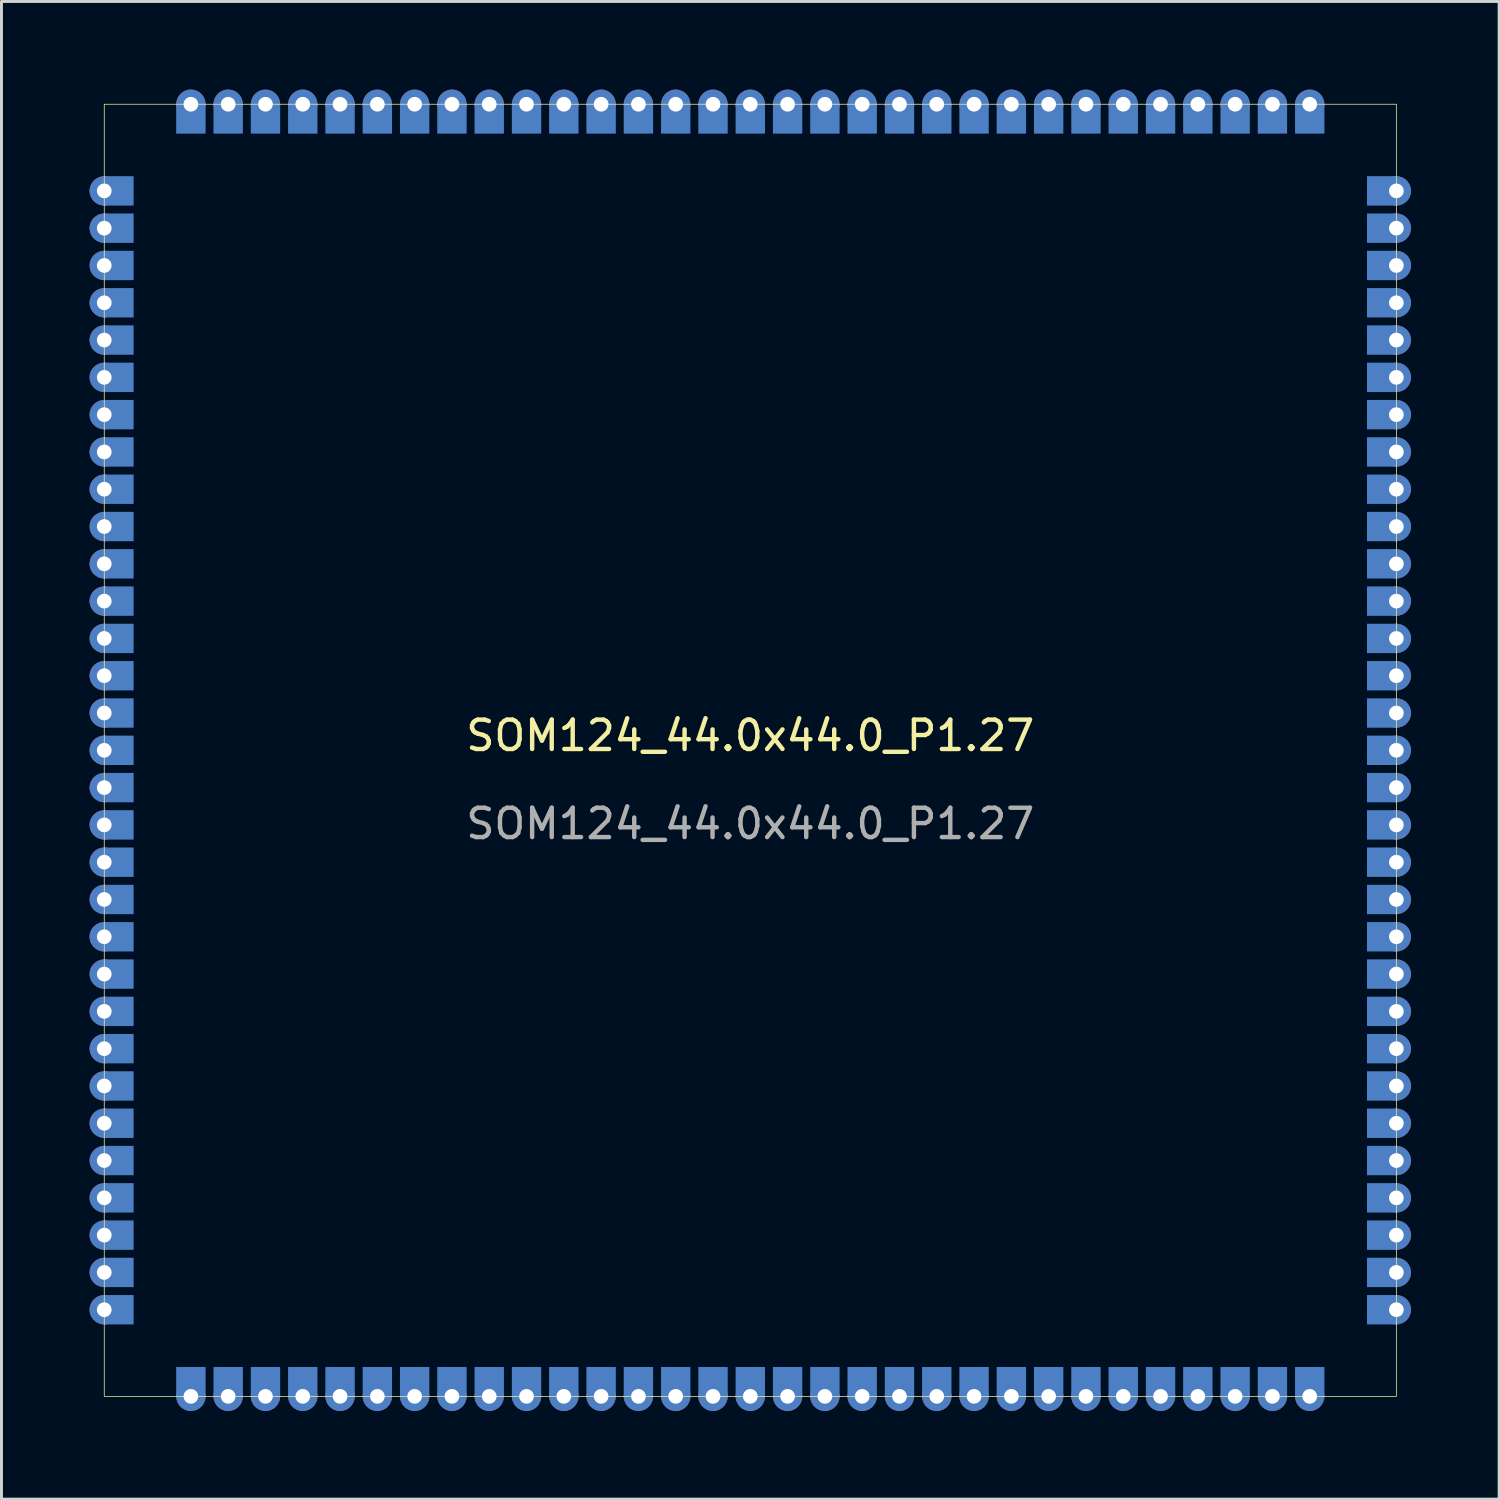
<source format=kicad_pcb>
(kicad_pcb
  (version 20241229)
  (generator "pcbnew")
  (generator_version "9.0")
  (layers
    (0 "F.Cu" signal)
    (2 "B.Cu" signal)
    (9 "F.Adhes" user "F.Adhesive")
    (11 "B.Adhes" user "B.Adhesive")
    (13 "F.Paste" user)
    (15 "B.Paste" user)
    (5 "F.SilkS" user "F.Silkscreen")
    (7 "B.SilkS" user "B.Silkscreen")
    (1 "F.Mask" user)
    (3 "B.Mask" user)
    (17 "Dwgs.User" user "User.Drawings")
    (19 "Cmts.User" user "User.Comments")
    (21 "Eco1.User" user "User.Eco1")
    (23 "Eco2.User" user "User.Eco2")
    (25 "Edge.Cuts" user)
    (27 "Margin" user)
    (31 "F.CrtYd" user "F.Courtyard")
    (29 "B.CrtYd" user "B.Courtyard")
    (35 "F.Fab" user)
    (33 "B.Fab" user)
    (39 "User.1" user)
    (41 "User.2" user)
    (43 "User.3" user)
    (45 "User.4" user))
  (footprint "SOM124_44.0x44.0_P1.27"
    (layer "F.Cu")
    (at 22.5 22.5)
    (property "Reference" "SOM124_44.0x44.0_P1.27" (at 0 -0.5 0) (unlocked yes) (layer "F.SilkS") (effects (font (size 1 1) (thickness 0.15))))
    (attr smd)
    (fp_rect (start -22 -22) (end 22 22) (stroke (width 0.025) (type solid)) (fill no) (layer "F.SilkS"))
    (fp_text user "${REFERENCE}" (at 0 2.5 0) (unlocked yes) (layer "F.Fab") (effects (font (size 1 1) (thickness 0.15))))
    (pad "1" thru_hole circle (at -22 -19.05) (size 1 1) (drill 0.5) (layers "*.Cu" "*.Mask"))
    (pad "1" smd rect (at -21.5 -19.05) (size 1 1) (layers "B.Cu" "B.Mask"))
    (pad "2" thru_hole circle (at -22 -17.78) (size 1 1) (drill 0.5) (layers "*.Cu" "*.Mask"))
    (pad "2" smd rect (at -21.5 -17.78) (size 1 1) (layers "B.Cu" "B.Mask"))
    (pad "3" thru_hole circle (at -22 -16.51) (size 1 1) (drill 0.5) (layers "*.Cu" "*.Mask"))
    (pad "3" smd rect (at -21.5 -16.51) (size 1 1) (layers "B.Cu" "B.Mask"))
    (pad "4" thru_hole circle (at -22 -15.24) (size 1 1) (drill 0.5) (layers "*.Cu" "*.Mask"))
    (pad "4" smd rect (at -21.5 -15.24) (size 1 1) (layers "B.Cu" "B.Mask"))
    (pad "5" thru_hole circle (at -22 -13.97) (size 1 1) (drill 0.5) (layers "*.Cu" "*.Mask"))
    (pad "5" smd rect (at -21.5 -13.97) (size 1 1) (layers "B.Cu" "B.Mask"))
    (pad "6" thru_hole circle (at -22 -12.7) (size 1 1) (drill 0.5) (layers "*.Cu" "*.Mask"))
    (pad "6" smd rect (at -21.5 -12.7) (size 1 1) (layers "B.Cu" "B.Mask"))
    (pad "7" thru_hole circle (at -22 -11.43) (size 1 1) (drill 0.5) (layers "*.Cu" "*.Mask"))
    (pad "7" smd rect (at -21.5 -11.43) (size 1 1) (layers "B.Cu" "B.Mask"))
    (pad "8" thru_hole circle (at -22 -10.16) (size 1 1) (drill 0.5) (layers "*.Cu" "*.Mask"))
    (pad "8" smd rect (at -21.5 -10.16) (size 1 1) (layers "B.Cu" "B.Mask"))
    (pad "9" thru_hole circle (at -22 -8.89) (size 1 1) (drill 0.5) (layers "*.Cu" "*.Mask"))
    (pad "9" smd rect (at -21.5 -8.89) (size 1 1) (layers "B.Cu" "B.Mask"))
    (pad "10" thru_hole circle (at -22 -7.62) (size 1 1) (drill 0.5) (layers "*.Cu" "*.Mask"))
    (pad "10" smd rect (at -21.5 -7.62) (size 1 1) (layers "B.Cu" "B.Mask"))
    (pad "11" thru_hole circle (at -22 -6.35) (size 1 1) (drill 0.5) (layers "*.Cu" "*.Mask"))
    (pad "11" smd rect (at -21.5 -6.35) (size 1 1) (layers "B.Cu" "B.Mask"))
    (pad "12" thru_hole circle (at -22 -5.08) (size 1 1) (drill 0.5) (layers "*.Cu" "*.Mask"))
    (pad "12" smd rect (at -21.5 -5.08) (size 1 1) (layers "B.Cu" "B.Mask"))
    (pad "13" thru_hole circle (at -22 -3.81) (size 1 1) (drill 0.5) (layers "*.Cu" "*.Mask"))
    (pad "13" smd rect (at -21.5 -3.81) (size 1 1) (layers "B.Cu" "B.Mask"))
    (pad "14" thru_hole circle (at -22 -2.54) (size 1 1) (drill 0.5) (layers "*.Cu" "*.Mask"))
    (pad "14" smd rect (at -21.5 -2.54) (size 1 1) (layers "B.Cu" "B.Mask"))
    (pad "15" thru_hole circle (at -22 -1.27) (size 1 1) (drill 0.5) (layers "*.Cu" "*.Mask"))
    (pad "15" smd rect (at -21.5 -1.27) (size 1 1) (layers "B.Cu" "B.Mask"))
    (pad "16" thru_hole circle (at -22 0) (size 1 1) (drill 0.5) (layers "*.Cu" "*.Mask"))
    (pad "16" smd rect (at -21.5 0) (size 1 1) (layers "B.Cu" "B.Mask"))
    (pad "17" thru_hole circle (at -22 1.27) (size 1 1) (drill 0.5) (layers "*.Cu" "*.Mask"))
    (pad "17" smd rect (at -21.5 1.27) (size 1 1) (layers "B.Cu" "B.Mask"))
    (pad "18" thru_hole circle (at -22 2.54) (size 1 1) (drill 0.5) (layers "*.Cu" "*.Mask"))
    (pad "18" smd rect (at -21.5 2.54) (size 1 1) (layers "B.Cu" "B.Mask"))
    (pad "19" thru_hole circle (at -22 3.81) (size 1 1) (drill 0.5) (layers "*.Cu" "*.Mask"))
    (pad "19" smd rect (at -21.5 3.81) (size 1 1) (layers "B.Cu" "B.Mask"))
    (pad "20" thru_hole circle (at -22 5.08) (size 1 1) (drill 0.5) (layers "*.Cu" "*.Mask"))
    (pad "20" smd rect (at -21.5 5.08) (size 1 1) (layers "B.Cu" "B.Mask"))
    (pad "21" thru_hole circle (at -22 6.35) (size 1 1) (drill 0.5) (layers "*.Cu" "*.Mask"))
    (pad "21" smd rect (at -21.5 6.35) (size 1 1) (layers "B.Cu" "B.Mask"))
    (pad "22" thru_hole circle (at -22 7.62) (size 1 1) (drill 0.5) (layers "*.Cu" "*.Mask"))
    (pad "22" smd rect (at -21.5 7.62) (size 1 1) (layers "B.Cu" "B.Mask"))
    (pad "23" thru_hole circle (at -22 8.89) (size 1 1) (drill 0.5) (layers "*.Cu" "*.Mask"))
    (pad "23" smd rect (at -21.5 8.89) (size 1 1) (layers "B.Cu" "B.Mask"))
    (pad "24" thru_hole circle (at -22 10.16) (size 1 1) (drill 0.5) (layers "*.Cu" "*.Mask"))
    (pad "24" smd rect (at -21.5 10.16) (size 1 1) (layers "B.Cu" "B.Mask"))
    (pad "25" thru_hole circle (at -22 11.43) (size 1 1) (drill 0.5) (layers "*.Cu" "*.Mask"))
    (pad "25" smd rect (at -21.5 11.43) (size 1 1) (layers "B.Cu" "B.Mask"))
    (pad "26" thru_hole circle (at -22 12.7) (size 1 1) (drill 0.5) (layers "*.Cu" "*.Mask"))
    (pad "26" smd rect (at -21.5 12.7) (size 1 1) (layers "B.Cu" "B.Mask"))
    (pad "27" thru_hole circle (at -22 13.97) (size 1 1) (drill 0.5) (layers "*.Cu" "*.Mask"))
    (pad "27" smd rect (at -21.5 13.97) (size 1 1) (layers "B.Cu" "B.Mask"))
    (pad "28" thru_hole circle (at -22 15.24) (size 1 1) (drill 0.5) (layers "*.Cu" "*.Mask"))
    (pad "28" smd rect (at -21.5 15.24) (size 1 1) (layers "B.Cu" "B.Mask"))
    (pad "29" thru_hole circle (at -22 16.51) (size 1 1) (drill 0.5) (layers "*.Cu" "*.Mask"))
    (pad "29" smd rect (at -21.5 16.51) (size 1 1) (layers "B.Cu" "B.Mask"))
    (pad "30" thru_hole circle (at -22 17.78) (size 1 1) (drill 0.5) (layers "*.Cu" "*.Mask"))
    (pad "30" smd rect (at -21.5 17.78) (size 1 1) (layers "B.Cu" "B.Mask"))
    (pad "31" thru_hole circle (at -22 19.05) (size 1 1) (drill 0.5) (layers "*.Cu" "*.Mask"))
    (pad "31" smd rect (at -21.5 19.05) (size 1 1) (layers "B.Cu" "B.Mask"))
    (pad "32" smd rect (at -19.05 21.5) (size 1 1) (layers "B.Cu" "B.Mask"))
    (pad "32" thru_hole circle (at -19.05 22 90) (size 1 1) (drill 0.5) (layers "*.Cu" "*.Mask"))
    (pad "33" smd rect (at -17.78 21.5) (size 1 1) (layers "B.Cu" "B.Mask"))
    (pad "33" thru_hole circle (at -17.78 22 90) (size 1 1) (drill 0.5) (layers "*.Cu" "*.Mask"))
    (pad "34" smd rect (at -16.51 21.5) (size 1 1) (layers "B.Cu" "B.Mask"))
    (pad "34" thru_hole circle (at -16.51 22 90) (size 1 1) (drill 0.5) (layers "*.Cu" "*.Mask"))
    (pad "35" smd rect (at -15.24 21.5) (size 1 1) (layers "B.Cu" "B.Mask"))
    (pad "35" thru_hole circle (at -15.24 22 90) (size 1 1) (drill 0.5) (layers "*.Cu" "*.Mask"))
    (pad "36" smd rect (at -13.97 21.5) (size 1 1) (layers "B.Cu" "B.Mask"))
    (pad "36" thru_hole circle (at -13.97 22 90) (size 1 1) (drill 0.5) (layers "*.Cu" "*.Mask"))
    (pad "37" smd rect (at -12.7 21.5) (size 1 1) (layers "B.Cu" "B.Mask"))
    (pad "37" thru_hole circle (at -12.7 22 90) (size 1 1) (drill 0.5) (layers "*.Cu" "*.Mask"))
    (pad "38" smd rect (at -11.43 21.5) (size 1 1) (layers "B.Cu" "B.Mask"))
    (pad "38" thru_hole circle (at -11.43 22 90) (size 1 1) (drill 0.5) (layers "*.Cu" "*.Mask"))
    (pad "39" smd rect (at -10.16 21.5) (size 1 1) (layers "B.Cu" "B.Mask"))
    (pad "39" thru_hole circle (at -10.16 22 90) (size 1 1) (drill 0.5) (layers "*.Cu" "*.Mask"))
    (pad "40" smd rect (at -8.89 21.5) (size 1 1) (layers "B.Cu" "B.Mask"))
    (pad "40" thru_hole circle (at -8.89 22 90) (size 1 1) (drill 0.5) (layers "*.Cu" "*.Mask"))
    (pad "41" smd rect (at -7.62 21.5) (size 1 1) (layers "B.Cu" "B.Mask"))
    (pad "41" thru_hole circle (at -7.62 22 90) (size 1 1) (drill 0.5) (layers "*.Cu" "*.Mask"))
    (pad "42" smd rect (at -6.35 21.5) (size 1 1) (layers "B.Cu" "B.Mask"))
    (pad "42" thru_hole circle (at -6.35 22 90) (size 1 1) (drill 0.5) (layers "*.Cu" "*.Mask"))
    (pad "43" smd rect (at -5.08 21.5) (size 1 1) (layers "B.Cu" "B.Mask"))
    (pad "43" thru_hole circle (at -5.08 22 90) (size 1 1) (drill 0.5) (layers "*.Cu" "*.Mask"))
    (pad "44" smd rect (at -3.81 21.5) (size 1 1) (layers "B.Cu" "B.Mask"))
    (pad "44" thru_hole circle (at -3.81 22 90) (size 1 1) (drill 0.5) (layers "*.Cu" "*.Mask"))
    (pad "45" smd rect (at -2.54 21.5) (size 1 1) (layers "B.Cu" "B.Mask"))
    (pad "45" thru_hole circle (at -2.54 22 90) (size 1 1) (drill 0.5) (layers "*.Cu" "*.Mask"))
    (pad "46" smd rect (at -1.27 21.5) (size 1 1) (layers "B.Cu" "B.Mask"))
    (pad "46" thru_hole circle (at -1.27 22 90) (size 1 1) (drill 0.5) (layers "*.Cu" "*.Mask"))
    (pad "47" smd rect (at 0 21.5) (size 1 1) (layers "B.Cu" "B.Mask"))
    (pad "47" thru_hole circle (at 0 22 90) (size 1 1) (drill 0.5) (layers "*.Cu" "*.Mask"))
    (pad "48" smd rect (at 1.27 21.5) (size 1 1) (layers "B.Cu" "B.Mask"))
    (pad "48" thru_hole circle (at 1.27 22 90) (size 1 1) (drill 0.5) (layers "*.Cu" "*.Mask"))
    (pad "49" smd rect (at 2.54 21.5) (size 1 1) (layers "B.Cu" "B.Mask"))
    (pad "49" thru_hole circle (at 2.54 22 90) (size 1 1) (drill 0.5) (layers "*.Cu" "*.Mask"))
    (pad "50" smd rect (at 3.81 21.5) (size 1 1) (layers "B.Cu" "B.Mask"))
    (pad "50" thru_hole circle (at 3.81 22 90) (size 1 1) (drill 0.5) (layers "*.Cu" "*.Mask"))
    (pad "51" smd rect (at 5.08 21.5) (size 1 1) (layers "B.Cu" "B.Mask"))
    (pad "51" thru_hole circle (at 5.08 22 90) (size 1 1) (drill 0.5) (layers "*.Cu" "*.Mask"))
    (pad "52" smd rect (at 6.35 21.5) (size 1 1) (layers "B.Cu" "B.Mask"))
    (pad "52" thru_hole circle (at 6.35 22 90) (size 1 1) (drill 0.5) (layers "*.Cu" "*.Mask"))
    (pad "53" smd rect (at 7.62 21.5) (size 1 1) (layers "B.Cu" "B.Mask"))
    (pad "53" thru_hole circle (at 7.62 22 90) (size 1 1) (drill 0.5) (layers "*.Cu" "*.Mask"))
    (pad "54" smd rect (at 8.89 21.5) (size 1 1) (layers "B.Cu" "B.Mask"))
    (pad "54" thru_hole circle (at 8.89 22 90) (size 1 1) (drill 0.5) (layers "*.Cu" "*.Mask"))
    (pad "55" smd rect (at 10.16 21.5) (size 1 1) (layers "B.Cu" "B.Mask"))
    (pad "55" thru_hole circle (at 10.16 22 90) (size 1 1) (drill 0.5) (layers "*.Cu" "*.Mask"))
    (pad "56" smd rect (at 11.43 21.5) (size 1 1) (layers "B.Cu" "B.Mask"))
    (pad "56" thru_hole circle (at 11.43 22 90) (size 1 1) (drill 0.5) (layers "*.Cu" "*.Mask"))
    (pad "57" smd rect (at 12.7 21.5) (size 1 1) (layers "B.Cu" "B.Mask"))
    (pad "57" thru_hole circle (at 12.7 22 90) (size 1 1) (drill 0.5) (layers "*.Cu" "*.Mask"))
    (pad "58" smd rect (at 13.97 21.5) (size 1 1) (layers "B.Cu" "B.Mask"))
    (pad "58" thru_hole circle (at 13.97 22 90) (size 1 1) (drill 0.5) (layers "*.Cu" "*.Mask"))
    (pad "59" smd rect (at 15.24 21.5) (size 1 1) (layers "B.Cu" "B.Mask"))
    (pad "59" thru_hole circle (at 15.24 22 90) (size 1 1) (drill 0.5) (layers "*.Cu" "*.Mask"))
    (pad "60" smd rect (at 16.51 21.5) (size 1 1) (layers "B.Cu" "B.Mask"))
    (pad "60" thru_hole circle (at 16.51 22 90) (size 1 1) (drill 0.5) (layers "*.Cu" "*.Mask"))
    (pad "61" smd rect (at 17.78 21.5) (size 1 1) (layers "B.Cu" "B.Mask"))
    (pad "61" thru_hole circle (at 17.78 22 90) (size 1 1) (drill 0.5) (layers "*.Cu" "*.Mask"))
    (pad "62" smd rect (at 19.05 21.5) (size 1 1) (layers "B.Cu" "B.Mask"))
    (pad "62" thru_hole circle (at 19.05 22 90) (size 1 1) (drill 0.5) (layers "*.Cu" "*.Mask"))
    (pad "63" smd rect (at 21.5 19.05) (size 1 1) (layers "B.Cu" "B.Mask"))
    (pad "63" thru_hole circle (at 22 19.05) (size 1 1) (drill 0.5) (layers "*.Cu" "*.Mask"))
    (pad "64" smd rect (at 21.5 17.78) (size 1 1) (layers "B.Cu" "B.Mask"))
    (pad "64" thru_hole circle (at 22 17.78) (size 1 1) (drill 0.5) (layers "*.Cu" "*.Mask"))
    (pad "65" smd rect (at 21.5 16.51) (size 1 1) (layers "B.Cu" "B.Mask"))
    (pad "65" thru_hole circle (at 22 16.51) (size 1 1) (drill 0.5) (layers "*.Cu" "*.Mask"))
    (pad "66" smd rect (at 21.5 15.24) (size 1 1) (layers "B.Cu" "B.Mask"))
    (pad "66" thru_hole circle (at 22 15.24) (size 1 1) (drill 0.5) (layers "*.Cu" "*.Mask"))
    (pad "67" smd rect (at 21.5 13.97) (size 1 1) (layers "B.Cu" "B.Mask"))
    (pad "67" thru_hole circle (at 22 13.97) (size 1 1) (drill 0.5) (layers "*.Cu" "*.Mask"))
    (pad "68" smd rect (at 21.5 12.7) (size 1 1) (layers "B.Cu" "B.Mask"))
    (pad "68" thru_hole circle (at 22 12.7) (size 1 1) (drill 0.5) (layers "*.Cu" "*.Mask"))
    (pad "69" smd rect (at 21.5 11.43) (size 1 1) (layers "B.Cu" "B.Mask"))
    (pad "69" thru_hole circle (at 22 11.43) (size 1 1) (drill 0.5) (layers "*.Cu" "*.Mask"))
    (pad "70" smd rect (at 21.5 10.16) (size 1 1) (layers "B.Cu" "B.Mask"))
    (pad "70" thru_hole circle (at 22 10.16) (size 1 1) (drill 0.5) (layers "*.Cu" "*.Mask"))
    (pad "71" smd rect (at 21.5 8.89) (size 1 1) (layers "B.Cu" "B.Mask"))
    (pad "71" thru_hole circle (at 22 8.89) (size 1 1) (drill 0.5) (layers "*.Cu" "*.Mask"))
    (pad "72" smd rect (at 21.5 7.62) (size 1 1) (layers "B.Cu" "B.Mask"))
    (pad "72" thru_hole circle (at 22 7.62) (size 1 1) (drill 0.5) (layers "*.Cu" "*.Mask"))
    (pad "73" smd rect (at 21.5 6.35) (size 1 1) (layers "B.Cu" "B.Mask"))
    (pad "73" thru_hole circle (at 22 6.35) (size 1 1) (drill 0.5) (layers "*.Cu" "*.Mask"))
    (pad "74" smd rect (at 21.5 5.08) (size 1 1) (layers "B.Cu" "B.Mask"))
    (pad "74" thru_hole circle (at 22 5.08) (size 1 1) (drill 0.5) (layers "*.Cu" "*.Mask"))
    (pad "75" smd rect (at 21.5 3.81) (size 1 1) (layers "B.Cu" "B.Mask"))
    (pad "75" thru_hole circle (at 22 3.81) (size 1 1) (drill 0.5) (layers "*.Cu" "*.Mask"))
    (pad "76" smd rect (at 21.5 2.54) (size 1 1) (layers "B.Cu" "B.Mask"))
    (pad "76" thru_hole circle (at 22 2.54) (size 1 1) (drill 0.5) (layers "*.Cu" "*.Mask"))
    (pad "77" smd rect (at 21.5 1.27) (size 1 1) (layers "B.Cu" "B.Mask"))
    (pad "77" thru_hole circle (at 22 1.27) (size 1 1) (drill 0.5) (layers "*.Cu" "*.Mask"))
    (pad "78" smd rect (at 21.5 0) (size 1 1) (layers "B.Cu" "B.Mask"))
    (pad "78" thru_hole circle (at 22 0) (size 1 1) (drill 0.5) (layers "*.Cu" "*.Mask"))
    (pad "79" smd rect (at 21.5 -1.27) (size 1 1) (layers "B.Cu" "B.Mask"))
    (pad "79" thru_hole circle (at 22 -1.27) (size 1 1) (drill 0.5) (layers "*.Cu" "*.Mask"))
    (pad "80" smd rect (at 21.5 -2.54) (size 1 1) (layers "B.Cu" "B.Mask"))
    (pad "80" thru_hole circle (at 22 -2.54) (size 1 1) (drill 0.5) (layers "*.Cu" "*.Mask"))
    (pad "81" smd rect (at 21.5 -3.81) (size 1 1) (layers "B.Cu" "B.Mask"))
    (pad "81" thru_hole circle (at 22 -3.81) (size 1 1) (drill 0.5) (layers "*.Cu" "*.Mask"))
    (pad "82" smd rect (at 21.5 -5.08) (size 1 1) (layers "B.Cu" "B.Mask"))
    (pad "82" thru_hole circle (at 22 -5.08) (size 1 1) (drill 0.5) (layers "*.Cu" "*.Mask"))
    (pad "83" smd rect (at 21.5 -6.35) (size 1 1) (layers "B.Cu" "B.Mask"))
    (pad "83" thru_hole circle (at 22 -6.35) (size 1 1) (drill 0.5) (layers "*.Cu" "*.Mask"))
    (pad "84" smd rect (at 21.5 -7.62) (size 1 1) (layers "B.Cu" "B.Mask"))
    (pad "84" thru_hole circle (at 22 -7.62) (size 1 1) (drill 0.5) (layers "*.Cu" "*.Mask"))
    (pad "85" smd rect (at 21.5 -8.89) (size 1 1) (layers "B.Cu" "B.Mask"))
    (pad "85" thru_hole circle (at 22 -8.89) (size 1 1) (drill 0.5) (layers "*.Cu" "*.Mask"))
    (pad "86" smd rect (at 21.5 -10.16) (size 1 1) (layers "B.Cu" "B.Mask"))
    (pad "86" thru_hole circle (at 22 -10.16) (size 1 1) (drill 0.5) (layers "*.Cu" "*.Mask"))
    (pad "87" smd rect (at 21.5 -11.43) (size 1 1) (layers "B.Cu" "B.Mask"))
    (pad "87" thru_hole circle (at 22 -11.43) (size 1 1) (drill 0.5) (layers "*.Cu" "*.Mask"))
    (pad "88" smd rect (at 21.5 -12.7) (size 1 1) (layers "B.Cu" "B.Mask"))
    (pad "88" thru_hole circle (at 22 -12.7) (size 1 1) (drill 0.5) (layers "*.Cu" "*.Mask"))
    (pad "89" smd rect (at 21.5 -13.97) (size 1 1) (layers "B.Cu" "B.Mask"))
    (pad "89" thru_hole circle (at 22 -13.97) (size 1 1) (drill 0.5) (layers "*.Cu" "*.Mask"))
    (pad "90" smd rect (at 21.5 -15.24) (size 1 1) (layers "B.Cu" "B.Mask"))
    (pad "90" thru_hole circle (at 22 -15.24) (size 1 1) (drill 0.5) (layers "*.Cu" "*.Mask"))
    (pad "91" smd rect (at 21.5 -16.51) (size 1 1) (layers "B.Cu" "B.Mask"))
    (pad "91" thru_hole circle (at 22 -16.51) (size 1 1) (drill 0.5) (layers "*.Cu" "*.Mask"))
    (pad "92" smd rect (at 21.5 -17.78) (size 1 1) (layers "B.Cu" "B.Mask"))
    (pad "92" thru_hole circle (at 22 -17.78) (size 1 1) (drill 0.5) (layers "*.Cu" "*.Mask"))
    (pad "93" smd rect (at 21.5 -19.05) (size 1 1) (layers "B.Cu" "B.Mask"))
    (pad "93" thru_hole circle (at 22 -19.05) (size 1 1) (drill 0.5) (layers "*.Cu" "*.Mask"))
    (pad "94" thru_hole circle (at 19.05 -22 90) (size 1 1) (drill 0.5) (layers "*.Cu" "*.Mask"))
    (pad "94" smd rect (at 19.05 -21.5) (size 1 1) (layers "B.Cu" "B.Mask"))
    (pad "95" thru_hole circle (at 17.78 -22 90) (size 1 1) (drill 0.5) (layers "*.Cu" "*.Mask"))
    (pad "95" smd rect (at 17.78 -21.5) (size 1 1) (layers "B.Cu" "B.Mask"))
    (pad "96" thru_hole circle (at 16.51 -22 90) (size 1 1) (drill 0.5) (layers "*.Cu" "*.Mask"))
    (pad "96" smd rect (at 16.51 -21.5) (size 1 1) (layers "B.Cu" "B.Mask"))
    (pad "97" thru_hole circle (at 15.24 -22 90) (size 1 1) (drill 0.5) (layers "*.Cu" "*.Mask"))
    (pad "97" smd rect (at 15.24 -21.5) (size 1 1) (layers "B.Cu" "B.Mask"))
    (pad "98" thru_hole circle (at 13.97 -22 90) (size 1 1) (drill 0.5) (layers "*.Cu" "*.Mask"))
    (pad "98" smd rect (at 13.97 -21.5) (size 1 1) (layers "B.Cu" "B.Mask"))
    (pad "99" thru_hole circle (at 12.7 -22 90) (size 1 1) (drill 0.5) (layers "*.Cu" "*.Mask"))
    (pad "99" smd rect (at 12.7 -21.5) (size 1 1) (layers "B.Cu" "B.Mask"))
    (pad "100" thru_hole circle (at 11.43 -22 90) (size 1 1) (drill 0.5) (layers "*.Cu" "*.Mask"))
    (pad "100" smd rect (at 11.43 -21.5) (size 1 1) (layers "B.Cu" "B.Mask"))
    (pad "101" thru_hole circle (at 10.16 -22 90) (size 1 1) (drill 0.5) (layers "*.Cu" "*.Mask"))
    (pad "101" smd rect (at 10.16 -21.5) (size 1 1) (layers "B.Cu" "B.Mask"))
    (pad "102" thru_hole circle (at 8.89 -22 90) (size 1 1) (drill 0.5) (layers "*.Cu" "*.Mask"))
    (pad "102" smd rect (at 8.89 -21.5) (size 1 1) (layers "B.Cu" "B.Mask"))
    (pad "103" thru_hole circle (at 7.62 -22 90) (size 1 1) (drill 0.5) (layers "*.Cu" "*.Mask"))
    (pad "103" smd rect (at 7.62 -21.5) (size 1 1) (layers "B.Cu" "B.Mask"))
    (pad "104" thru_hole circle (at 6.35 -22 90) (size 1 1) (drill 0.5) (layers "*.Cu" "*.Mask"))
    (pad "104" smd rect (at 6.35 -21.5) (size 1 1) (layers "B.Cu" "B.Mask"))
    (pad "105" thru_hole circle (at 5.08 -22 90) (size 1 1) (drill 0.5) (layers "*.Cu" "*.Mask"))
    (pad "105" smd rect (at 5.08 -21.5) (size 1 1) (layers "B.Cu" "B.Mask"))
    (pad "106" thru_hole circle (at 3.81 -22 90) (size 1 1) (drill 0.5) (layers "*.Cu" "*.Mask"))
    (pad "106" smd rect (at 3.81 -21.5) (size 1 1) (layers "B.Cu" "B.Mask"))
    (pad "107" thru_hole circle (at 2.54 -22 90) (size 1 1) (drill 0.5) (layers "*.Cu" "*.Mask"))
    (pad "107" smd rect (at 2.54 -21.5) (size 1 1) (layers "B.Cu" "B.Mask"))
    (pad "108" thru_hole circle (at 1.27 -22 90) (size 1 1) (drill 0.5) (layers "*.Cu" "*.Mask"))
    (pad "108" smd rect (at 1.27 -21.5) (size 1 1) (layers "B.Cu" "B.Mask"))
    (pad "109" thru_hole circle (at 0 -22 90) (size 1 1) (drill 0.5) (layers "*.Cu" "*.Mask"))
    (pad "109" smd rect (at 0 -21.5) (size 1 1) (layers "B.Cu" "B.Mask"))
    (pad "110" thru_hole circle (at -1.27 -22 90) (size 1 1) (drill 0.5) (layers "*.Cu" "*.Mask"))
    (pad "110" smd rect (at -1.27 -21.5) (size 1 1) (layers "B.Cu" "B.Mask"))
    (pad "111" thru_hole circle (at -2.54 -22 90) (size 1 1) (drill 0.5) (layers "*.Cu" "*.Mask"))
    (pad "111" smd rect (at -2.54 -21.5) (size 1 1) (layers "B.Cu" "B.Mask"))
    (pad "112" thru_hole circle (at -3.81 -22 90) (size 1 1) (drill 0.5) (layers "*.Cu" "*.Mask"))
    (pad "112" smd rect (at -3.81 -21.5) (size 1 1) (layers "B.Cu" "B.Mask"))
    (pad "113" thru_hole circle (at -5.08 -22 90) (size 1 1) (drill 0.5) (layers "*.Cu" "*.Mask"))
    (pad "113" smd rect (at -5.08 -21.5) (size 1 1) (layers "B.Cu" "B.Mask"))
    (pad "114" thru_hole circle (at -6.35 -22 90) (size 1 1) (drill 0.5) (layers "*.Cu" "*.Mask"))
    (pad "114" smd rect (at -6.35 -21.5) (size 1 1) (layers "B.Cu" "B.Mask"))
    (pad "115" thru_hole circle (at -7.62 -22 90) (size 1 1) (drill 0.5) (layers "*.Cu" "*.Mask"))
    (pad "115" smd rect (at -7.62 -21.5) (size 1 1) (layers "B.Cu" "B.Mask"))
    (pad "116" thru_hole circle (at -8.89 -22 90) (size 1 1) (drill 0.5) (layers "*.Cu" "*.Mask"))
    (pad "116" smd rect (at -8.89 -21.5) (size 1 1) (layers "B.Cu" "B.Mask"))
    (pad "117" thru_hole circle (at -10.16 -22 90) (size 1 1) (drill 0.5) (layers "*.Cu" "*.Mask"))
    (pad "117" smd rect (at -10.16 -21.5) (size 1 1) (layers "B.Cu" "B.Mask"))
    (pad "118" thru_hole circle (at -11.43 -22 90) (size 1 1) (drill 0.5) (layers "*.Cu" "*.Mask"))
    (pad "118" smd rect (at -11.43 -21.5) (size 1 1) (layers "B.Cu" "B.Mask"))
    (pad "119" thru_hole circle (at -12.7 -22 90) (size 1 1) (drill 0.5) (layers "*.Cu" "*.Mask"))
    (pad "119" smd rect (at -12.7 -21.5) (size 1 1) (layers "B.Cu" "B.Mask"))
    (pad "120" thru_hole circle (at -13.97 -22 90) (size 1 1) (drill 0.5) (layers "*.Cu" "*.Mask"))
    (pad "120" smd rect (at -13.97 -21.5) (size 1 1) (layers "B.Cu" "B.Mask"))
    (pad "121" thru_hole circle (at -15.24 -22 90) (size 1 1) (drill 0.5) (layers "*.Cu" "*.Mask"))
    (pad "121" smd rect (at -15.24 -21.5) (size 1 1) (layers "B.Cu" "B.Mask"))
    (pad "122" thru_hole circle (at -16.51 -22 90) (size 1 1) (drill 0.5) (layers "*.Cu" "*.Mask"))
    (pad "122" smd rect (at -16.51 -21.5) (size 1 1) (layers "B.Cu" "B.Mask"))
    (pad "123" thru_hole circle (at -17.78 -22 90) (size 1 1) (drill 0.5) (layers "*.Cu" "*.Mask"))
    (pad "123" smd rect (at -17.78 -21.5) (size 1 1) (layers "B.Cu" "B.Mask"))
    (pad "124" thru_hole circle (at -19.05 -22 90) (size 1 1) (drill 0.5) (layers "*.Cu" "*.Mask"))
    (pad "124" smd rect (at -19.05 -21.5) (size 1 1) (layers "B.Cu" "B.Mask")))
  (gr_rect
    (start -3 -3)
    (end 48 48)
    (stroke (width 0.1) (type default))
    (fill no)
    (layer "Edge.Cuts")))
</source>
